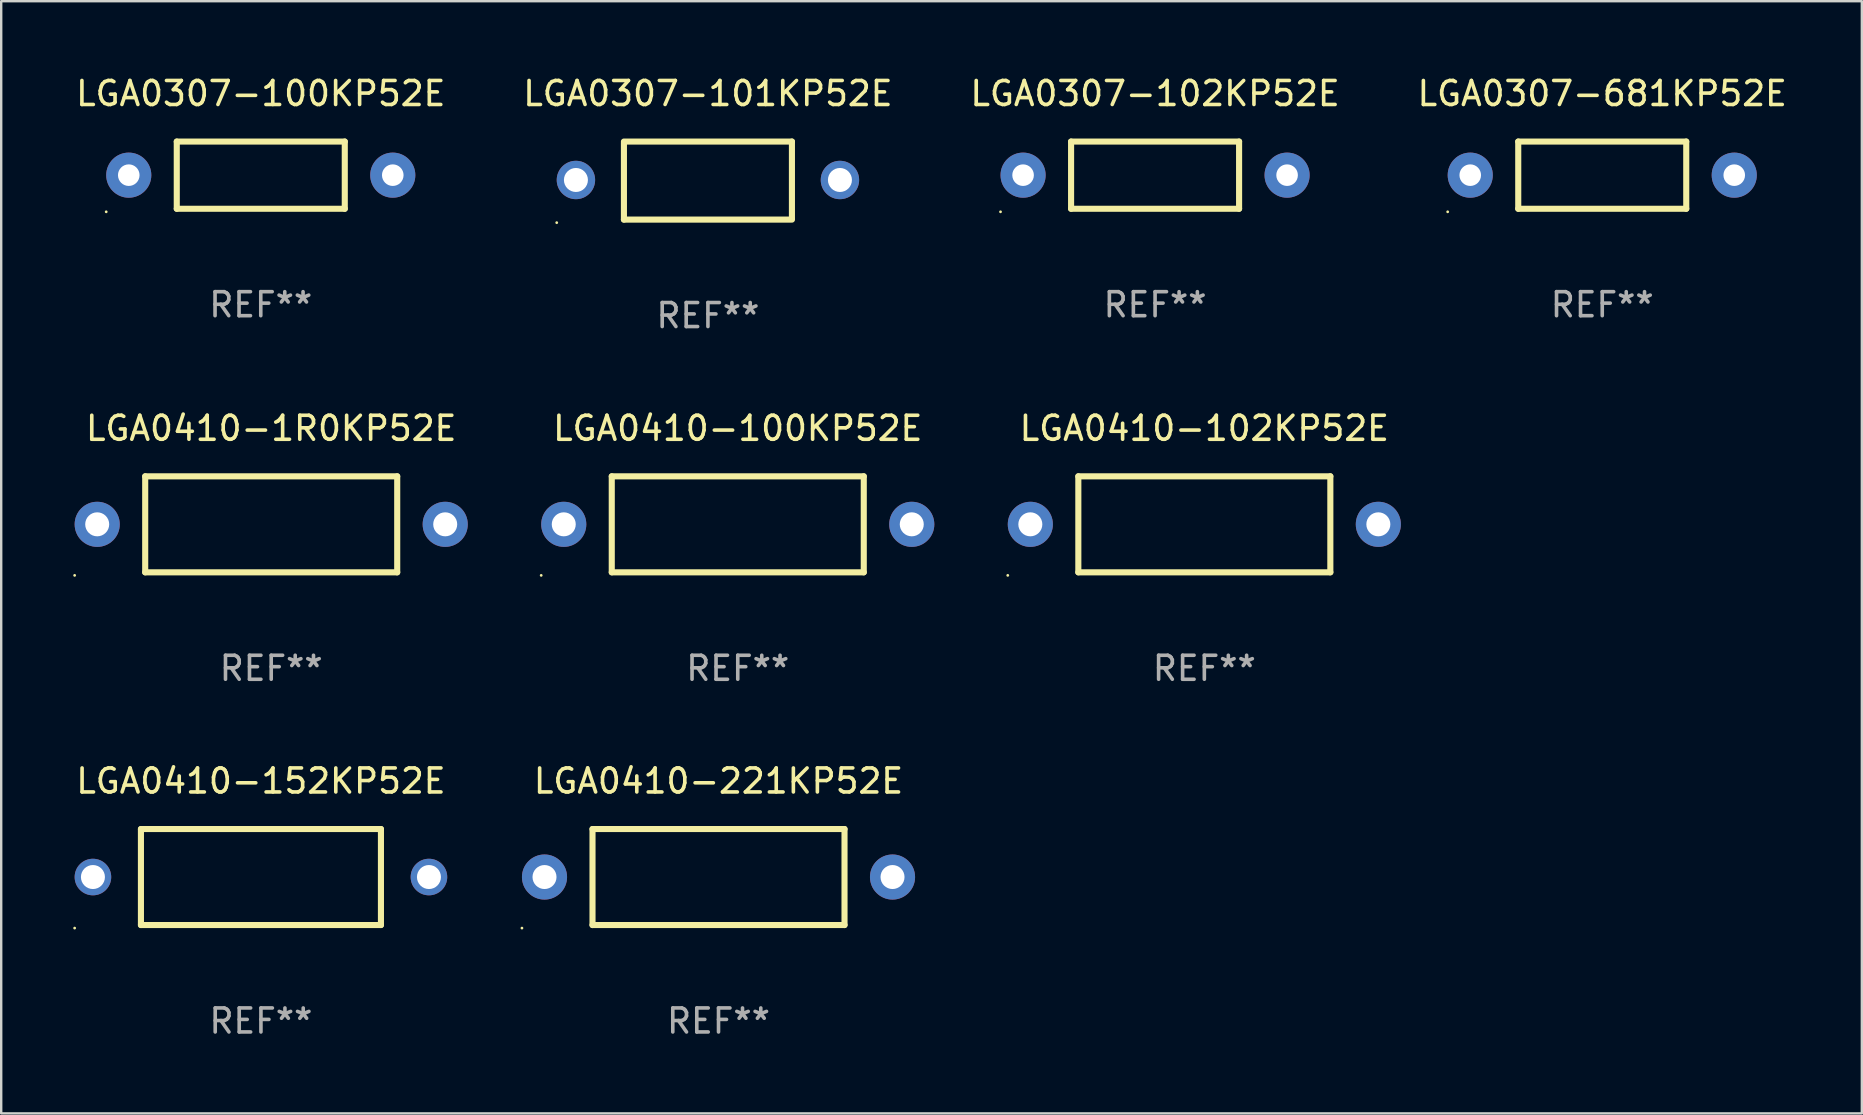
<source format=kicad_pcb>
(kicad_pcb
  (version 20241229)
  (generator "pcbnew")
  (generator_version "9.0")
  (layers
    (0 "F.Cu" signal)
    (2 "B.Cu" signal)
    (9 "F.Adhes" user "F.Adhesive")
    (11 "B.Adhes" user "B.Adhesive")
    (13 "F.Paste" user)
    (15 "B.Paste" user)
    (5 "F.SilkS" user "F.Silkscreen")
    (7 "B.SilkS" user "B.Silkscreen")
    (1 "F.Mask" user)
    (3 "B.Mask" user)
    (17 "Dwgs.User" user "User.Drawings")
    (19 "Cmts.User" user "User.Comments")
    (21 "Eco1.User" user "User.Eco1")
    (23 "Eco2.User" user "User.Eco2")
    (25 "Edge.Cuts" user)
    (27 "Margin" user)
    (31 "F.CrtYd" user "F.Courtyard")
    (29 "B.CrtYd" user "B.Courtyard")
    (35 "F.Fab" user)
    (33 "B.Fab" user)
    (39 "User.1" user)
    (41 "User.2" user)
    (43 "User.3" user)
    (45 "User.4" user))
  (footprint "LGA0307-102KP52E"
    (layer "F.Cu")
    (at 45.077 4.248)
    (property "Reference" "LGA0307-102KP52E" (at 0 -3.4 0) (layer "F.SilkS") (effects (font (size 1 1) (thickness 0.15))))
    (attr through_hole)
    (fp_line (start -3.5 -1.4) (end 3.5 -1.4) (stroke (width 0.254) (type solid)) (layer "F.SilkS"))
    (fp_line (start -3.5 1.4) (end -3.5 -1.4) (stroke (width 0.254) (type solid)) (layer "F.SilkS"))
    (fp_line (start 3.5 1.4) (end -3.5 1.4) (stroke (width 0.254) (type solid)) (layer "F.SilkS"))
    (fp_line (start 3.5 1.4) (end 3.5 -1.4) (stroke (width 0.254) (type solid)) (layer "F.SilkS"))
    (fp_circle (center -6.44 1.527) (end -6.41 1.527) (stroke (width 0.06) (type solid)) (fill no) (layer "F.SilkS"))
    (fp_text user "REF**" (at 0 5.4 0) (layer "F.Fab") (effects (font (size 1 1) (thickness 0.15))))
    (pad "1" thru_hole circle (at -5.5 0) (size 1.88 1.88) (drill 0.899) (layers "*.Cu" "*.Mask"))
    (pad "2" thru_hole circle (at 5.5 0) (size 1.88 1.88) (drill 0.899) (layers "*.Cu" "*.Mask")))
  (footprint "LGA0410-221KP52E"
    (layer "F.Cu")
    (at 26.887 33.492)
    (property "Reference" "LGA0410-221KP52E" (at 0 -4 0) (layer "F.SilkS") (effects (font (size 1 1) (thickness 0.15))))
    (attr through_hole)
    (fp_line (start -5.25 -2) (end 5.25 -2) (stroke (width 0.254) (type solid)) (layer "F.SilkS"))
    (fp_line (start -5.25 2) (end -5.25 -2) (stroke (width 0.254) (type solid)) (layer "F.SilkS"))
    (fp_line (start 5.25 2) (end -5.25 2) (stroke (width 0.254) (type solid)) (layer "F.SilkS"))
    (fp_line (start 5.25 2) (end 5.25 -2) (stroke (width 0.254) (type solid)) (layer "F.SilkS"))
    (fp_circle (center -8.19 2.127) (end -8.16 2.127) (stroke (width 0.06) (type solid)) (fill no) (layer "F.SilkS"))
    (fp_text user "REF**" (at 0 6 0) (layer "F.Fab") (effects (font (size 1 1) (thickness 0.15))))
    (pad "1" thru_hole circle (at -7.25 0) (size 1.88 1.88) (drill 1) (layers "*.Cu" "*.Mask"))
    (pad "2" thru_hole circle (at 7.25 0) (size 1.88 1.88) (drill 1) (layers "*.Cu" "*.Mask")))
  (footprint "LGA0307-101KP52E"
    (layer "F.Cu")
    (at 26.446 4.474)
    (property "Reference" "LGA0307-101KP52E" (at 0 -3.626 0) (layer "F.SilkS") (effects (font (size 1 1) (thickness 0.15))))
    (attr through_hole)
    (fp_line (start -3.5 -1.626) (end 3.5 -1.625) (stroke (width 0.254) (type solid)) (layer "F.SilkS"))
    (fp_line (start -3.5 1.626) (end -3.5 -1.575) (stroke (width 0.254) (type solid)) (layer "F.SilkS"))
    (fp_line (start 3.5 -1.626) (end 3.5 1.575) (stroke (width 0.254) (type solid)) (layer "F.SilkS"))
    (fp_line (start 3.5 1.626) (end -3.5 1.626) (stroke (width 0.254) (type solid)) (layer "F.SilkS"))
    (fp_circle (center -6.3 1.753) (end -6.27 1.753) (stroke (width 0.06) (type solid)) (fill no) (layer "F.SilkS"))
    (fp_text user "REF**" (at 0 5.626 0) (layer "F.Fab") (effects (font (size 1 1) (thickness 0.15))))
    (pad "1" thru_hole circle (at -5.5 -0.025) (size 1.6 1.6) (drill 1) (layers "*.Cu" "*.Mask"))
    (pad "2" thru_hole circle (at 5.5 -0.025) (size 1.6 1.6) (drill 1) (layers "*.Cu" "*.Mask")))
  (footprint "LGA0410-102KP52E"
    (layer "F.Cu")
    (at 47.129 18.796)
    (property "Reference" "LGA0410-102KP52E" (at 0 -4 0) (layer "F.SilkS") (effects (font (size 1 1) (thickness 0.15))))
    (attr through_hole)
    (fp_line (start -5.25 -2) (end 5.25 -2) (stroke (width 0.254) (type solid)) (layer "F.SilkS"))
    (fp_line (start -5.25 2) (end -5.25 -2) (stroke (width 0.254) (type solid)) (layer "F.SilkS"))
    (fp_line (start 5.25 2) (end -5.25 2) (stroke (width 0.254) (type solid)) (layer "F.SilkS"))
    (fp_line (start 5.25 2) (end 5.25 -2) (stroke (width 0.254) (type solid)) (layer "F.SilkS"))
    (fp_circle (center -8.19 2.127) (end -8.16 2.127) (stroke (width 0.06) (type solid)) (fill no) (layer "F.SilkS"))
    (fp_text user "REF**" (at 0 6 0) (layer "F.Fab") (effects (font (size 1 1) (thickness 0.15))))
    (pad "1" thru_hole circle (at -7.25 0) (size 1.88 1.88) (drill 1) (layers "*.Cu" "*.Mask"))
    (pad "2" thru_hole circle (at 7.25 0) (size 1.88 1.88) (drill 1) (layers "*.Cu" "*.Mask")))
  (footprint "LGA0307-100KP52E"
    (layer "F.Cu")
    (at 7.815 4.248)
    (property "Reference" "LGA0307-100KP52E" (at 0 -3.4 0) (layer "F.SilkS") (effects (font (size 1 1) (thickness 0.15))))
    (attr through_hole)
    (fp_line (start -3.5 -1.4) (end 3.5 -1.4) (stroke (width 0.254) (type solid)) (layer "F.SilkS"))
    (fp_line (start -3.5 1.4) (end -3.5 -1.4) (stroke (width 0.254) (type solid)) (layer "F.SilkS"))
    (fp_line (start 3.5 1.4) (end -3.5 1.4) (stroke (width 0.254) (type solid)) (layer "F.SilkS"))
    (fp_line (start 3.5 1.4) (end 3.5 -1.4) (stroke (width 0.254) (type solid)) (layer "F.SilkS"))
    (fp_circle (center -6.44 1.527) (end -6.41 1.527) (stroke (width 0.06) (type solid)) (fill no) (layer "F.SilkS"))
    (fp_text user "REF**" (at 0 5.4 0) (layer "F.Fab") (effects (font (size 1 1) (thickness 0.15))))
    (pad "1" thru_hole circle (at -5.5 0) (size 1.88 1.88) (drill 0.899) (layers "*.Cu" "*.Mask"))
    (pad "2" thru_hole circle (at 5.5 0) (size 1.88 1.88) (drill 0.899) (layers "*.Cu" "*.Mask")))
  (footprint "LGA0410-152KP52E"
    (layer "F.Cu")
    (at 7.822 33.492)
    (property "Reference" "LGA0410-152KP52E" (at 0 -4 0) (layer "F.SilkS") (effects (font (size 1 1) (thickness 0.15))))
    (attr through_hole)
    (fp_line (start -5 -2) (end 5 -2) (stroke (width 0.254) (type solid)) (layer "F.SilkS"))
    (fp_line (start -5 2) (end -5 -2) (stroke (width 0.254) (type solid)) (layer "F.SilkS"))
    (fp_line (start -5 2) (end 5 2) (stroke (width 0.254) (type solid)) (layer "F.SilkS"))
    (fp_line (start 5 2) (end 5 -2) (stroke (width 0.254) (type solid)) (layer "F.SilkS"))
    (fp_circle (center -7.762 2.127) (end -7.732 2.127) (stroke (width 0.06) (type solid)) (fill no) (layer "F.SilkS"))
    (fp_text user "REF**" (at 0 6 0) (layer "F.Fab") (effects (font (size 1 1) (thickness 0.15))))
    (pad "1" thru_hole circle (at -7 0) (size 1.524 1.524) (drill 1) (layers "*.Cu" "*.Mask"))
    (pad "2" thru_hole circle (at 7 0) (size 1.524 1.524) (drill 1) (layers "*.Cu" "*.Mask")))
  (footprint "LGA0410-1R0KP52E"
    (layer "F.Cu")
    (at 8.25 18.796)
    (property "Reference" "LGA0410-1R0KP52E" (at 0 -4 0) (layer "F.SilkS") (effects (font (size 1 1) (thickness 0.15))))
    (attr through_hole)
    (fp_line (start -5.25 -2) (end 5.25 -2) (stroke (width 0.254) (type solid)) (layer "F.SilkS"))
    (fp_line (start -5.25 2) (end -5.25 -2) (stroke (width 0.254) (type solid)) (layer "F.SilkS"))
    (fp_line (start 5.25 2) (end -5.25 2) (stroke (width 0.254) (type solid)) (layer "F.SilkS"))
    (fp_line (start 5.25 2) (end 5.25 -2) (stroke (width 0.254) (type solid)) (layer "F.SilkS"))
    (fp_circle (center -8.19 2.127) (end -8.16 2.127) (stroke (width 0.06) (type solid)) (fill no) (layer "F.SilkS"))
    (fp_text user "REF**" (at 0 6 0) (layer "F.Fab") (effects (font (size 1 1) (thickness 0.15))))
    (pad "1" thru_hole circle (at -7.25 0) (size 1.88 1.88) (drill 1) (layers "*.Cu" "*.Mask"))
    (pad "2" thru_hole circle (at 7.25 0) (size 1.88 1.88) (drill 1) (layers "*.Cu" "*.Mask")))
  (footprint "LGA0410-100KP52E"
    (layer "F.Cu")
    (at 27.689 18.796)
    (property "Reference" "LGA0410-100KP52E" (at 0 -4 0) (layer "F.SilkS") (effects (font (size 1 1) (thickness 0.15))))
    (attr through_hole)
    (fp_line (start -5.25 -2) (end 5.25 -2) (stroke (width 0.254) (type solid)) (layer "F.SilkS"))
    (fp_line (start -5.25 2) (end -5.25 -2) (stroke (width 0.254) (type solid)) (layer "F.SilkS"))
    (fp_line (start 5.25 2) (end -5.25 2) (stroke (width 0.254) (type solid)) (layer "F.SilkS"))
    (fp_line (start 5.25 2) (end 5.25 -2) (stroke (width 0.254) (type solid)) (layer "F.SilkS"))
    (fp_circle (center -8.19 2.127) (end -8.16 2.127) (stroke (width 0.06) (type solid)) (fill no) (layer "F.SilkS"))
    (fp_text user "REF**" (at 0 6 0) (layer "F.Fab") (effects (font (size 1 1) (thickness 0.15))))
    (pad "1" thru_hole circle (at -7.25 0) (size 1.88 1.88) (drill 1) (layers "*.Cu" "*.Mask"))
    (pad "2" thru_hole circle (at 7.25 0) (size 1.88 1.88) (drill 1) (layers "*.Cu" "*.Mask")))
  (footprint "LGA0307-681KP52E"
    (layer "F.Cu")
    (at 63.708 4.248)
    (property "Reference" "LGA0307-681KP52E" (at 0 -3.4 0) (layer "F.SilkS") (effects (font (size 1 1) (thickness 0.15))))
    (attr through_hole)
    (fp_line (start -3.5 -1.4) (end 3.5 -1.4) (stroke (width 0.254) (type solid)) (layer "F.SilkS"))
    (fp_line (start -3.5 1.4) (end -3.5 -1.4) (stroke (width 0.254) (type solid)) (layer "F.SilkS"))
    (fp_line (start 3.5 1.4) (end -3.5 1.4) (stroke (width 0.254) (type solid)) (layer "F.SilkS"))
    (fp_line (start 3.5 1.4) (end 3.5 -1.4) (stroke (width 0.254) (type solid)) (layer "F.SilkS"))
    (fp_circle (center -6.44 1.527) (end -6.41 1.527) (stroke (width 0.06) (type solid)) (fill no) (layer "F.SilkS"))
    (fp_text user "REF**" (at 0 5.4 0) (layer "F.Fab") (effects (font (size 1 1) (thickness 0.15))))
    (pad "1" thru_hole circle (at -5.5 0) (size 1.88 1.88) (drill 0.899) (layers "*.Cu" "*.Mask"))
    (pad "2" thru_hole circle (at 5.5 0) (size 1.88 1.88) (drill 0.899) (layers "*.Cu" "*.Mask")))
  (gr_rect
    (start -3 -3)
    (end 74.524 43.341)
    (stroke (width 0.1) (type default))
    (fill no)
    (layer "Edge.Cuts")))
</source>
